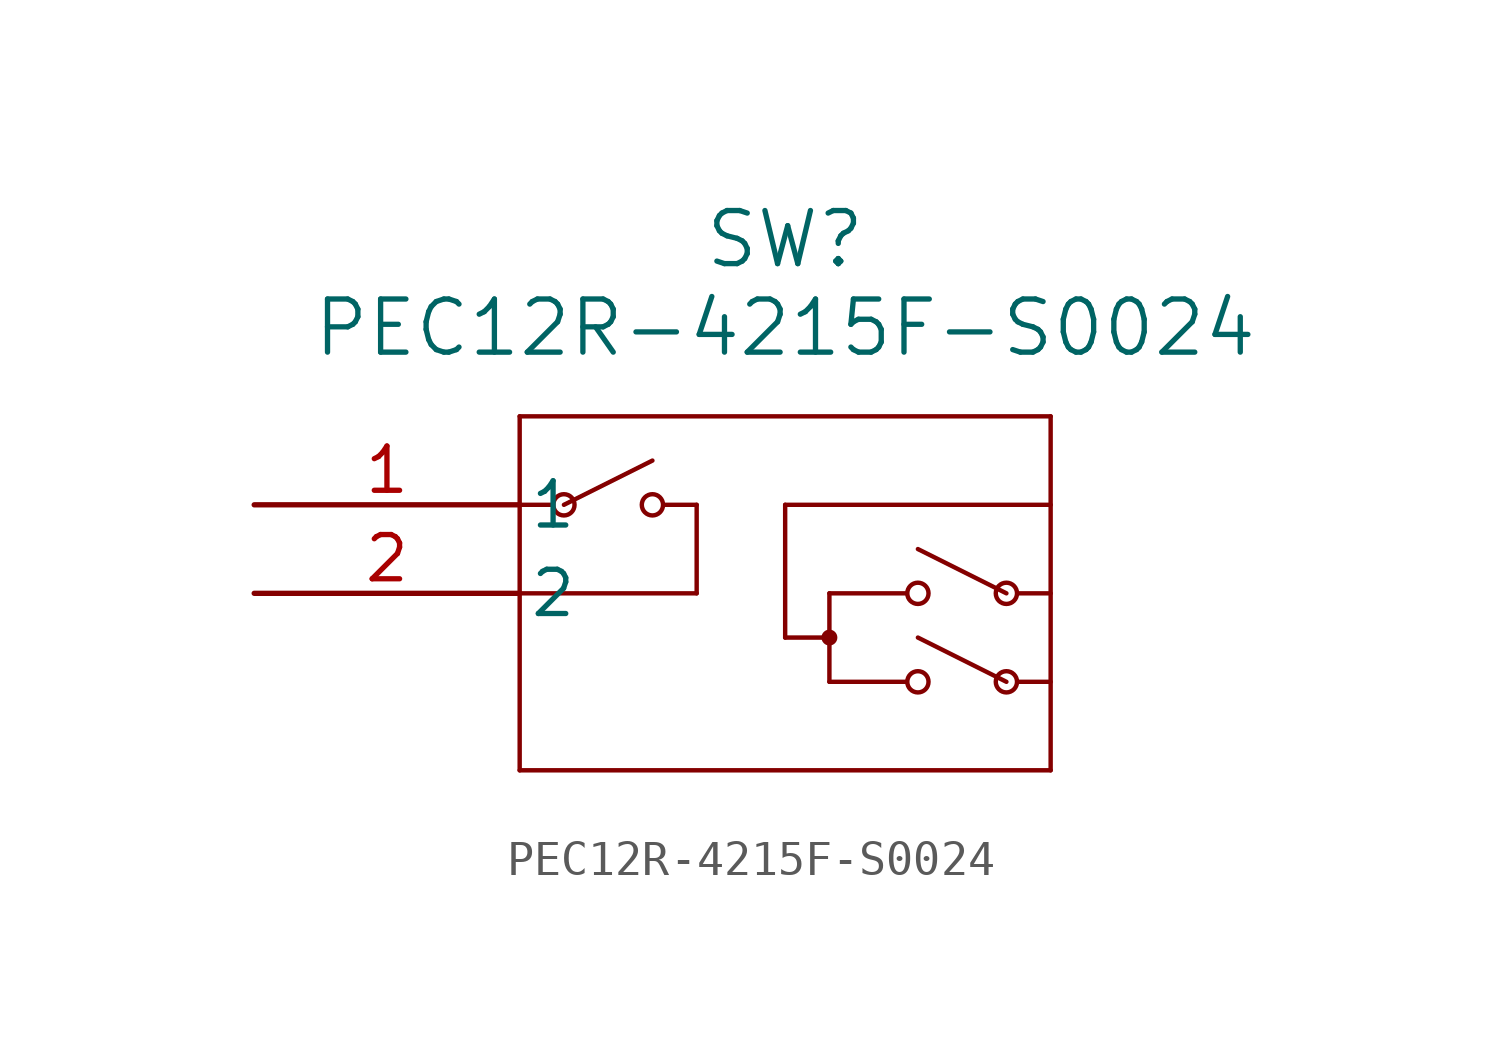
<source format=kicad_sym>
(kicad_symbol_lib
  (version 20211014)
  (generator kicad_symbol_editor)
  (symbol "PEC12R-4215F-S0024"
    (pin_names
      (offset 0.254))
    (property "Reference" "SW"
      (at 15.24 7.62 0)
      (effects (font (size 1.524 1.524))))
    (property "Value" "PEC12R-4215F-S0024"
      (at 15.24 5.08 0)
      (effects (font (size 1.524 1.524))))
    (symbol "PEC12R-4215F-S0024_0_1"
      (polyline (pts (xy 7.62 2.54) (xy 7.62 -7.62)) (stroke (width 0.127) (type default) (color 0 0 0 0)) (fill (type none)))
      (polyline (pts (xy 7.62 -7.62) (xy 22.86 -7.62)) (stroke (width 0.127) (type default) (color 0 0 0 0)) (fill (type none)))
      (polyline (pts (xy 22.86 -7.62) (xy 22.86 2.54)) (stroke (width 0.127) (type default) (color 0 0 0 0)) (fill (type none)))
      (polyline (pts (xy 22.86 2.54) (xy 7.62 2.54)) (stroke (width 0.127) (type default) (color 0 0 0 0)) (fill (type none)))
      (polyline (pts (xy 7.62 0) (xy 8.572 0)) (stroke (width 0.127) (type default) (color 0 0 0 0)) (fill (type none)))
      (polyline (pts (xy 11.748 0) (xy 12.7 0)) (stroke (width 0.127) (type default) (color 0 0 0 0)) (fill (type none)))
      (polyline (pts (xy 12.7 0) (xy 12.7 -2.54)) (stroke (width 0.127) (type default) (color 0 0 0 0)) (fill (type none)))
      (polyline (pts (xy 12.7 -2.54) (xy 7.62 -2.54)) (stroke (width 0.127) (type default) (color 0 0 0 0)) (fill (type none)))
      (circle (center 8.89 0) (radius 0.305) (stroke (width 0.127) (type default) (color 0 0 0 0)) (fill (type none)))
      (circle (center 11.43 0) (radius 0.305) (stroke (width 0.127) (type default) (color 0 0 0 0)) (fill (type none)))
      (polyline (pts (xy 8.89 0) (xy 11.43 1.27)) (stroke (width 0.127) (type default) (color 0 0 0 0)) (fill (type none)))
      (polyline (pts (xy 18.733 -5.08) (xy 16.51 -5.08)) (stroke (width 0.127) (type default) (color 0 0 0 0)) (fill (type none)))
      (circle (center 21.59 -5.08) (radius 0.305) (stroke (width 0.127) (type default) (color 0 0 0 0)) (fill (type none)))
      (circle (center 16.51 -3.81) (radius 0.127) (stroke (width 0.203) (type default) (color 0 0 0 0)) (fill (type none)))
      (polyline (pts (xy 21.59 -5.08) (xy 19.05 -3.81)) (stroke (width 0.127) (type default) (color 0 0 0 0)) (fill (type none)))
      (polyline (pts (xy 21.907 -5.08) (xy 22.86 -5.08)) (stroke (width 0.127) (type default) (color 0 0 0 0)) (fill (type none)))
      (polyline (pts (xy 18.733 -2.54) (xy 16.51 -2.54)) (stroke (width 0.127) (type default) (color 0 0 0 0)) (fill (type none)))
      (circle (center 21.59 -2.54) (radius 0.305) (stroke (width 0.127) (type default) (color 0 0 0 0)) (fill (type none)))
      (circle (center 19.05 -2.54) (radius 0.305) (stroke (width 0.127) (type default) (color 0 0 0 0)) (fill (type none)))
      (polyline (pts (xy 21.59 -2.54) (xy 19.05 -1.27)) (stroke (width 0.127) (type default) (color 0 0 0 0)) (fill (type none)))
      (polyline (pts (xy 21.907 -2.54) (xy 22.86 -2.54)) (stroke (width 0.127) (type default) (color 0 0 0 0)) (fill (type none)))
      (polyline (pts (xy 16.51 -2.54) (xy 16.51 -5.08)) (stroke (width 0.127) (type default) (color 0 0 0 0)) (fill (type none)))
      (polyline (pts (xy 16.51 -3.81) (xy 15.24 -3.81)) (stroke (width 0.127) (type default) (color 0 0 0 0)) (fill (type none)))
      (polyline (pts (xy 15.24 -3.81) (xy 15.24 0)) (stroke (width 0.127) (type default) (color 0 0 0 0)) (fill (type none)))
      (polyline (pts (xy 15.24 0) (xy 22.86 0)) (stroke (width 0.127) (type default) (color 0 0 0 0)) (fill (type none)))
      (circle (center 19.05 -5.08) (radius 0.305) (stroke (width 0.127) (type default) (color 0 0 0 0)) (fill (type none)))
      (pin unspecified line (at 0 0 0) (length 7.62) (name "1" (effects (font (size 1.27 1.27)))) (number "1" (effects (font (size 1.27 1.27)))))
      (pin unspecified line (at 0 -2.54 0) (length 7.62) (name "2" (effects (font (size 1.27 1.27)))) (number "2" (effects (font (size 1.27 1.27))))))))
</source>
